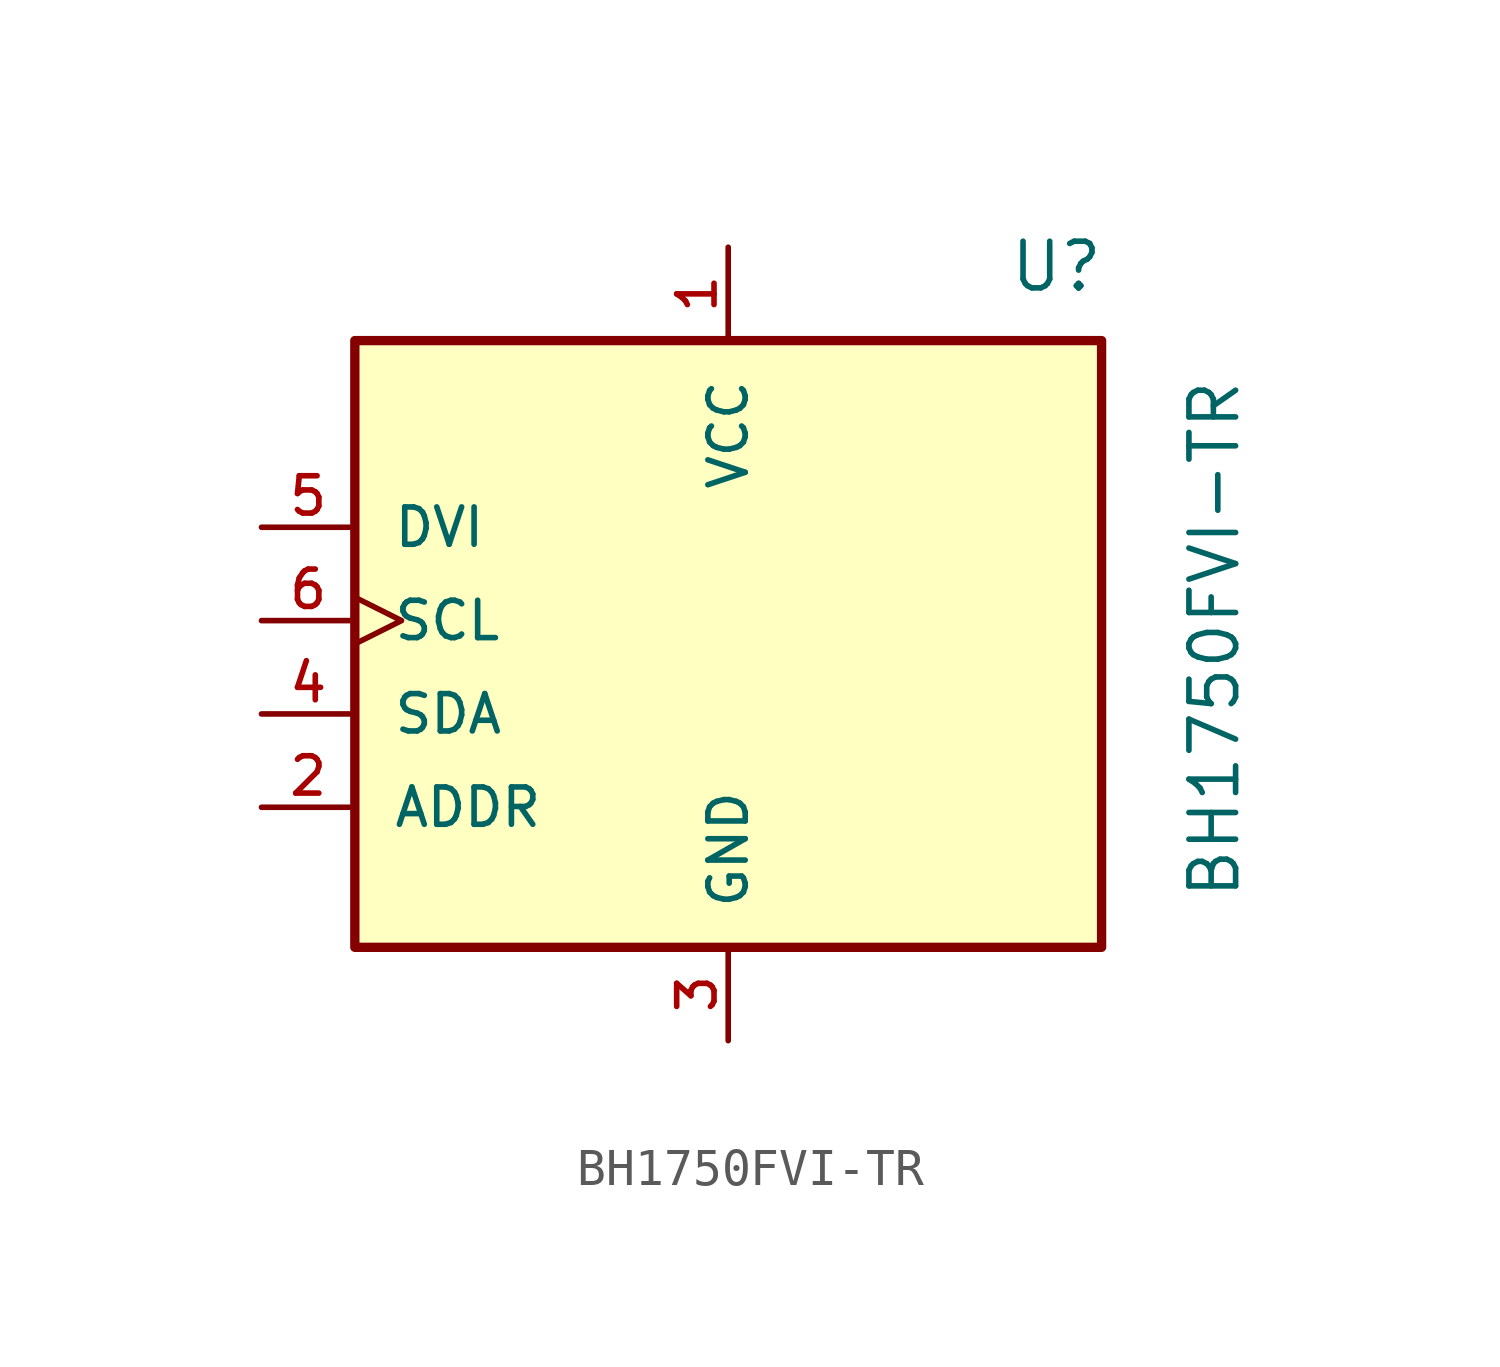
<source format=kicad_sym>
(kicad_symbol_lib
  (version 20211014)
  (generator kicad_symbol_editor)
  (symbol "BH1750FVI-TR"
    (pin_names
      (offset 1.016))
    (property "Reference" "U"
      (at 7.62 10.16 0)
      (effects (font (size 1.27 1.27)) (justify left bottom)))
    (property "Value" "BH1750FVI-TR"
      (at 13.97 -6.35 90)
      (effects (font (size 1.27 1.27)) (justify left bottom)))
    (symbol "BH1750FVI-TR_0_0"
      (rectangle (start -10.16 8.89) (end 10.16 -7.62) (stroke (width 0.254) (type default) (color 0 0 0 0)) (fill (type background)))
      (pin power_in line (at 0 11.43 270) (length 2.54) (name "VCC" (effects (font (size 1.016 1.016)))) (number "1" (effects (font (size 1.016 1.016)))))
      (pin input line (at -12.7 -3.81 0) (length 2.54) (name "ADDR" (effects (font (size 1.016 1.016)))) (number "2" (effects (font (size 1.016 1.016)))))
      (pin power_in line (at 0 -10.16 90) (length 2.54) (name "GND" (effects (font (size 1.016 1.016)))) (number "3" (effects (font (size 1.016 1.016)))))
      (pin bidirectional line (at -12.7 -1.27 0) (length 2.54) (name "SDA" (effects (font (size 1.016 1.016)))) (number "4" (effects (font (size 1.016 1.016)))))
      (pin input line (at -12.7 3.81 0) (length 2.54) (name "DVI" (effects (font (size 1.016 1.016)))) (number "5" (effects (font (size 1.016 1.016)))))
      (pin input clock (at -12.7 1.27 0) (length 2.54) (name "SCL" (effects (font (size 1.016 1.016)))) (number "6" (effects (font (size 1.016 1.016))))))))
</source>
